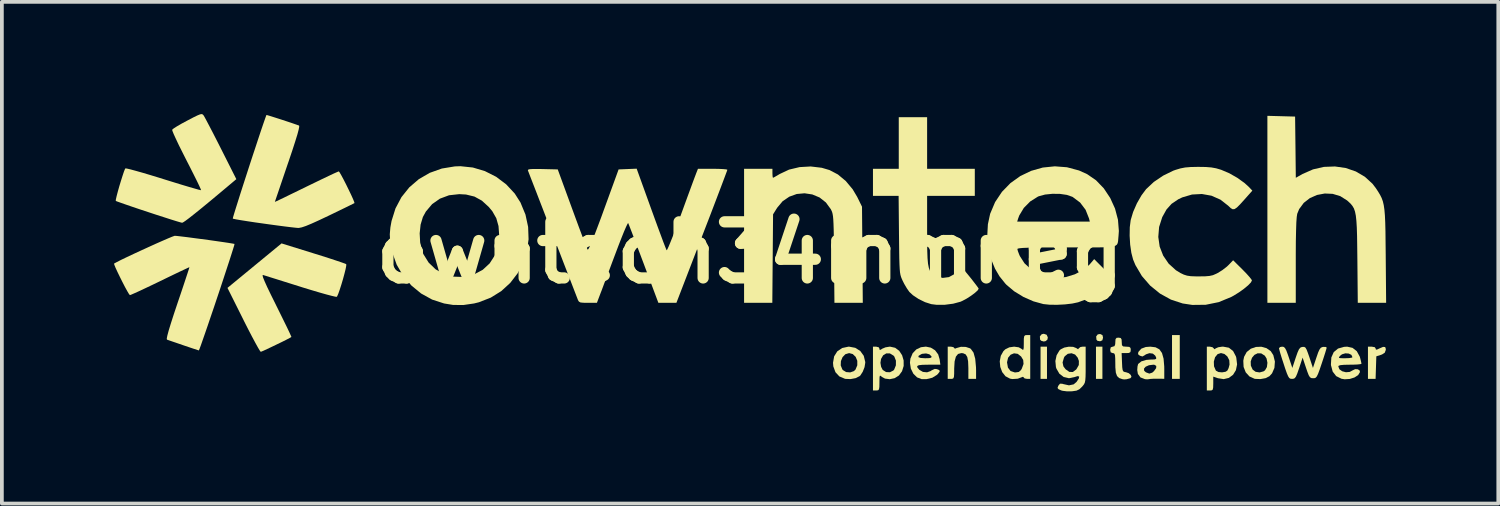
<source format=kicad_pcb>
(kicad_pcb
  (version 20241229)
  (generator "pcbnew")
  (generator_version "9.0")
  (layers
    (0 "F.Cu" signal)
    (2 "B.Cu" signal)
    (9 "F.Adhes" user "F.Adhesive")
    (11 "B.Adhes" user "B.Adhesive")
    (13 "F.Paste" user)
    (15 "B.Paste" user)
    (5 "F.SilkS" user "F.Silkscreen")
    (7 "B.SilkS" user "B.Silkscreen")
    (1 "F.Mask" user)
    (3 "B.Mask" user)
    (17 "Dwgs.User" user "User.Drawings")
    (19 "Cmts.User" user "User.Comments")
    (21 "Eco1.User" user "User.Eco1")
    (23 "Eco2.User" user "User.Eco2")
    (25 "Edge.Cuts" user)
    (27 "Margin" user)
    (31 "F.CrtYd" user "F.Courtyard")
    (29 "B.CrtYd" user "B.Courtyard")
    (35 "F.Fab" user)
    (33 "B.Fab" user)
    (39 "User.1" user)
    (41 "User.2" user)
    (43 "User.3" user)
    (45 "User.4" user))
  (footprint "owntech34mmneg"
    (layer "F.Cu")
    (at 17 3.703)
    (property "Reference" "owntech34mmneg" (at 0 0 0) (layer "F.SilkS") (effects (font (size 1.5 1.5) (thickness 0.3))))
    (attr board_only exclude_from_pos_files exclude_from_bom)
    (fp_poly (pts (xy 7.944 2.947) (xy 7.944 3.377) (xy 7.858 3.377) (xy 7.772 3.377) (xy 7.772 2.947) (xy 7.772 2.516) (xy 7.858 2.516) (xy 7.944 2.516)) (stroke (width 0) (type solid)) (fill yes) (layer "F.SilkS"))
    (fp_poly (pts (xy 9.426 2.947) (xy 9.426 3.377) (xy 9.34 3.377) (xy 9.254 3.377) (xy 9.254 2.947) (xy 9.254 2.516) (xy 9.34 2.516) (xy 9.426 2.516)) (stroke (width 0) (type solid)) (fill yes) (layer "F.SilkS"))
    (fp_poly (pts (xy 11.494 2.792) (xy 11.494 3.377) (xy 11.39 3.377) (xy 11.287 3.377) (xy 11.287 2.792) (xy 11.287 2.206) (xy 11.39 2.206) (xy 11.494 2.206)) (stroke (width 0) (type solid)) (fill yes) (layer "F.SilkS"))
    (fp_poly (pts (xy 9.427 2.207) (xy 9.443 2.275) (xy 9.424 2.346) (xy 9.365 2.372) (xy 9.293 2.359) (xy 9.267 2.329) (xy 9.259 2.243) (xy 9.301 2.188) (xy 9.365 2.177)) (stroke (width 0) (type solid)) (fill yes) (layer "F.SilkS"))
    (fp_poly (pts (xy 7.935 2.198) (xy 7.966 2.267) (xy 7.956 2.326) (xy 7.91 2.367) (xy 7.858 2.378) (xy 7.788 2.358) (xy 7.759 2.326) (xy 7.754 2.241) (xy 7.802 2.184) (xy 7.858 2.171)) (stroke (width 0) (type solid)) (fill yes) (layer "F.SilkS"))
    (fp_poly (pts (xy 16.71 2.531) (xy 16.732 2.566) (xy 16.74 2.596) (xy 16.777 2.59) (xy 16.827 2.566) (xy 16.93 2.522) (xy 16.986 2.526) (xy 17.004 2.578) (xy 17.002 2.606) (xy 16.975 2.678) (xy 16.903 2.724) (xy 16.87 2.736) (xy 16.75 2.774) (xy 16.74 3.076) (xy 16.73 3.377) (xy 16.628 3.377) (xy 16.526 3.377) (xy 16.526 2.947) (xy 16.526 2.516) (xy 16.629 2.516)) (stroke (width 0) (type solid)) (fill yes) (layer "F.SilkS"))
    (fp_poly (pts (xy 5.441 2.528) (xy 5.463 2.552) (xy 5.484 2.57) (xy 5.529 2.552) (xy 5.643 2.52) (xy 5.773 2.523) (xy 5.885 2.56) (xy 5.908 2.576) (xy 5.98 2.676) (xy 6.025 2.839) (xy 6.046 3.067) (xy 6.048 3.145) (xy 6.048 3.377) (xy 5.945 3.377) (xy 5.842 3.377) (xy 5.842 3.087) (xy 5.835 2.911) (xy 5.813 2.793) (xy 5.77 2.723) (xy 5.702 2.692) (xy 5.652 2.688) (xy 5.566 2.711) (xy 5.508 2.783) (xy 5.474 2.911) (xy 5.463 3.098) (xy 5.463 3.109) (xy 5.462 3.244) (xy 5.456 3.324) (xy 5.44 3.363) (xy 5.41 3.376) (xy 5.376 3.377) (xy 5.29 3.377) (xy 5.29 2.947) (xy 5.29 2.516) (xy 5.376 2.516)) (stroke (width 0) (type solid)) (fill yes) (layer "F.SilkS"))
    (fp_poly (pts (xy 13.811 2.555) (xy 13.926 2.635) (xy 13.995 2.741) (xy 14.038 2.914) (xy 14.025 3.083) (xy 13.962 3.229) (xy 13.892 3.306) (xy 13.789 3.358) (xy 13.65 3.383) (xy 13.507 3.377) (xy 13.493 3.374) (xy 13.358 3.313) (xy 13.258 3.203) (xy 13.201 3.058) (xy 13.194 2.912) (xy 13.391 2.912) (xy 13.395 3.024) (xy 13.443 3.129) (xy 13.522 3.188) (xy 13.629 3.205) (xy 13.735 3.176) (xy 13.774 3.148) (xy 13.824 3.062) (xy 13.838 2.947) (xy 13.815 2.832) (xy 13.768 2.757) (xy 13.672 2.696) (xy 13.577 2.693) (xy 13.491 2.735) (xy 13.426 2.812) (xy 13.391 2.912) (xy 13.194 2.912) (xy 13.193 2.892) (xy 13.214 2.787) (xy 13.284 2.659) (xy 13.394 2.571) (xy 13.53 2.524) (xy 13.674 2.518)) (stroke (width 0) (type solid)) (fill yes) (layer "F.SilkS"))
    (fp_poly (pts (xy 2.818 2.547) (xy 2.953 2.633) (xy 3.045 2.761) (xy 3.084 2.922) (xy 3.085 2.944) (xy 3.066 3.064) (xy 3.017 3.188) (xy 2.954 3.286) (xy 2.936 3.303) (xy 2.83 3.357) (xy 2.691 3.383) (xy 2.551 3.377) (xy 2.542 3.375) (xy 2.393 3.312) (xy 2.288 3.199) (xy 2.231 3.043) (xy 2.229 3.017) (xy 2.429 3.017) (xy 2.471 3.122) (xy 2.487 3.142) (xy 2.574 3.195) (xy 2.682 3.204) (xy 2.781 3.17) (xy 2.824 3.129) (xy 2.872 3.014) (xy 2.872 2.894) (xy 2.829 2.789) (xy 2.751 2.714) (xy 2.654 2.688) (xy 2.553 2.718) (xy 2.478 2.796) (xy 2.434 2.902) (xy 2.429 3.017) (xy 2.229 3.017) (xy 2.223 2.947) (xy 2.253 2.775) (xy 2.337 2.641) (xy 2.468 2.552) (xy 2.636 2.516) (xy 2.654 2.516)) (stroke (width 0) (type solid)) (fill yes) (layer "F.SilkS"))
    (fp_poly (pts (xy 12.371 2.532) (xy 12.4 2.559) (xy 12.423 2.585) (xy 12.461 2.559) (xy 12.523 2.532) (xy 12.621 2.517) (xy 12.657 2.516) (xy 12.807 2.544) (xy 12.919 2.631) (xy 12.995 2.775) (xy 13.006 2.813) (xy 13.027 2.99) (xy 12.995 3.145) (xy 12.919 3.268) (xy 12.807 3.351) (xy 12.669 3.384) (xy 12.516 3.36) (xy 12.39 3.317) (xy 12.39 3.502) (xy 12.387 3.609) (xy 12.375 3.665) (xy 12.345 3.685) (xy 12.304 3.688) (xy 12.218 3.688) (xy 12.218 3.102) (xy 12.218 2.916) (xy 12.405 2.916) (xy 12.41 3.042) (xy 12.457 3.151) (xy 12.463 3.159) (xy 12.53 3.194) (xy 12.626 3.203) (xy 12.719 3.187) (xy 12.766 3.157) (xy 12.8 3.09) (xy 12.825 2.995) (xy 12.825 2.993) (xy 12.818 2.878) (xy 12.768 2.78) (xy 12.689 2.712) (xy 12.596 2.687) (xy 12.507 2.715) (xy 12.438 2.798) (xy 12.405 2.916) (xy 12.218 2.916) (xy 12.218 2.516) (xy 12.301 2.516)) (stroke (width 0) (type solid)) (fill yes) (layer "F.SilkS"))
    (fp_poly (pts (xy 9.915 2.284) (xy 9.939 2.324) (xy 9.943 2.395) (xy 9.948 2.476) (xy 9.978 2.509) (xy 10.054 2.516) (xy 10.064 2.516) (xy 10.145 2.522) (xy 10.178 2.551) (xy 10.184 2.602) (xy 10.175 2.66) (xy 10.135 2.684) (xy 10.062 2.688) (xy 9.94 2.688) (xy 9.95 2.938) (xy 9.956 3.067) (xy 9.967 3.142) (xy 9.988 3.18) (xy 10.025 3.195) (xy 10.055 3.199) (xy 10.13 3.225) (xy 10.183 3.271) (xy 10.203 3.322) (xy 10.176 3.358) (xy 10.168 3.361) (xy 10.073 3.387) (xy 10.007 3.392) (xy 9.96 3.385) (xy 9.873 3.355) (xy 9.817 3.301) (xy 9.785 3.211) (xy 9.772 3.071) (xy 9.771 2.976) (xy 9.769 2.835) (xy 9.763 2.749) (xy 9.749 2.706) (xy 9.723 2.69) (xy 9.702 2.688) (xy 9.648 2.668) (xy 9.633 2.602) (xy 9.649 2.534) (xy 9.702 2.516) (xy 9.749 2.502) (xy 9.768 2.45) (xy 9.771 2.395) (xy 9.777 2.314) (xy 9.806 2.28) (xy 9.857 2.275)) (stroke (width 0) (type solid)) (fill yes) (layer "F.SilkS"))
    (fp_poly (pts (xy 4.837 2.542) (xy 4.951 2.612) (xy 5.035 2.723) (xy 5.073 2.852) (xy 5.093 2.998) (xy 4.778 2.998) (xy 4.616 3.001) (xy 4.517 3.012) (xy 4.473 3.035) (xy 4.479 3.073) (xy 4.527 3.131) (xy 4.532 3.136) (xy 4.627 3.191) (xy 4.738 3.202) (xy 4.837 3.167) (xy 4.858 3.15) (xy 4.942 3.111) (xy 4.998 3.116) (xy 5.066 3.143) (xy 5.075 3.183) (xy 5.027 3.246) (xy 5.001 3.271) (xy 4.877 3.347) (xy 4.72 3.385) (xy 4.595 3.385) (xy 4.47 3.337) (xy 4.37 3.238) (xy 4.304 3.103) (xy 4.28 2.947) (xy 4.292 2.836) (xy 4.309 2.796) (xy 4.506 2.796) (xy 4.566 2.818) (xy 4.686 2.826) (xy 4.795 2.823) (xy 4.848 2.81) (xy 4.858 2.784) (xy 4.855 2.774) (xy 4.801 2.721) (xy 4.711 2.697) (xy 4.609 2.707) (xy 4.581 2.718) (xy 4.511 2.761) (xy 4.506 2.796) (xy 4.309 2.796) (xy 4.353 2.691) (xy 4.451 2.589) (xy 4.574 2.531) (xy 4.707 2.515)) (stroke (width 0) (type solid)) (fill yes) (layer "F.SilkS"))
    (fp_poly (pts (xy 1.922 -2.267) (xy 2.129 -2.206) (xy 2.354 -2.088) (xy 2.564 -1.913) (xy 2.747 -1.694) (xy 2.869 -1.489) (xy 2.998 -1.227) (xy 3.009 0.058) (xy 3.019 1.344) (xy 2.64 1.344) (xy 2.261 1.344) (xy 2.25 0.164) (xy 2.248 -0.153) (xy 2.245 -0.409) (xy 2.241 -0.612) (xy 2.236 -0.768) (xy 2.23 -0.886) (xy 2.222 -0.973) (xy 2.211 -1.037) (xy 2.198 -1.086) (xy 2.18 -1.127) (xy 2.165 -1.158) (xy 2.032 -1.34) (xy 1.863 -1.473) (xy 1.669 -1.554) (xy 1.462 -1.585) (xy 1.253 -1.566) (xy 1.054 -1.494) (xy 0.875 -1.372) (xy 0.729 -1.197) (xy 0.725 -1.191) (xy 0.62 -1.022) (xy 0.61 0.161) (xy 0.6 1.344) (xy 0.222 1.344) (xy -0.155 1.344) (xy -0.155 -0.448) (xy -0.155 -2.24) (xy 0.224 -2.24) (xy 0.603 -2.24) (xy 0.603 -2.12) (xy 0.607 -2.04) (xy 0.616 -2) (xy 0.618 -1.999) (xy 0.653 -2.016) (xy 0.728 -2.059) (xy 0.799 -2.101) (xy 1.048 -2.218) (xy 1.33 -2.285) (xy 1.627 -2.302)) (stroke (width 0) (type solid)) (fill yes) (layer "F.SilkS"))
    (fp_poly (pts (xy 7.496 2.792) (xy 7.496 3.377) (xy 7.41 3.377) (xy 7.345 3.365) (xy 7.324 3.341) (xy 7.302 3.321) (xy 7.288 3.326) (xy 7.162 3.373) (xy 7.017 3.382) (xy 6.955 3.371) (xy 6.834 3.307) (xy 6.747 3.197) (xy 6.695 3.058) (xy 6.684 2.939) (xy 6.876 2.939) (xy 6.9 3.076) (xy 6.97 3.167) (xy 7.08 3.204) (xy 7.101 3.205) (xy 7.192 3.192) (xy 7.25 3.14) (xy 7.271 3.103) (xy 7.317 2.978) (xy 7.308 2.872) (xy 7.252 2.779) (xy 7.162 2.708) (xy 7.063 2.694) (xy 6.972 2.731) (xy 6.904 2.812) (xy 6.876 2.931) (xy 6.876 2.939) (xy 6.684 2.939) (xy 6.681 2.907) (xy 6.709 2.76) (xy 6.78 2.634) (xy 6.829 2.587) (xy 6.937 2.534) (xy 7.066 2.516) (xy 7.188 2.533) (xy 7.261 2.573) (xy 7.295 2.6) (xy 7.314 2.594) (xy 7.322 2.544) (xy 7.324 2.438) (xy 7.324 2.418) (xy 7.325 2.301) (xy 7.335 2.238) (xy 7.359 2.211) (xy 7.403 2.206) (xy 7.41 2.206) (xy 7.496 2.206)) (stroke (width 0) (type solid)) (fill yes) (layer "F.SilkS"))
    (fp_poly (pts (xy 3.447 2.534) (xy 3.464 2.57) (xy 3.47 2.604) (xy 3.501 2.596) (xy 3.54 2.57) (xy 3.626 2.534) (xy 3.736 2.516) (xy 3.75 2.516) (xy 3.885 2.546) (xy 3.993 2.627) (xy 4.07 2.745) (xy 4.111 2.884) (xy 4.112 3.032) (xy 4.068 3.174) (xy 3.985 3.287) (xy 3.872 3.358) (xy 3.74 3.386) (xy 3.613 3.37) (xy 3.531 3.325) (xy 3.494 3.294) (xy 3.474 3.296) (xy 3.466 3.342) (xy 3.464 3.443) (xy 3.464 3.476) (xy 3.462 3.592) (xy 3.452 3.655) (xy 3.429 3.682) (xy 3.384 3.688) (xy 3.377 3.688) (xy 3.291 3.688) (xy 3.291 3.102) (xy 3.291 2.947) (xy 3.491 2.947) (xy 3.509 3.055) (xy 3.552 3.138) (xy 3.552 3.138) (xy 3.642 3.195) (xy 3.745 3.2) (xy 3.836 3.154) (xy 3.858 3.129) (xy 3.904 3.015) (xy 3.905 2.889) (xy 3.862 2.78) (xy 3.843 2.757) (xy 3.745 2.697) (xy 3.647 2.696) (xy 3.563 2.747) (xy 3.507 2.844) (xy 3.491 2.947) (xy 3.291 2.947) (xy 3.291 2.516) (xy 3.377 2.516)) (stroke (width 0) (type solid)) (fill yes) (layer "F.SilkS"))
    (fp_poly (pts (xy 10.847 2.533) (xy 10.949 2.587) (xy 11.019 2.686) (xy 11.061 2.836) (xy 11.079 3.043) (xy 11.08 3.126) (xy 11.08 3.375) (xy 10.893 3.373) (xy 10.784 3.374) (xy 10.703 3.379) (xy 10.678 3.384) (xy 10.625 3.39) (xy 10.563 3.385) (xy 10.443 3.338) (xy 10.374 3.245) (xy 10.357 3.14) (xy 10.36 3.104) (xy 10.537 3.104) (xy 10.543 3.161) (xy 10.589 3.202) (xy 10.68 3.236) (xy 10.758 3.211) (xy 10.804 3.171) (xy 10.863 3.09) (xy 10.866 3.03) (xy 10.814 3) (xy 10.789 2.998) (xy 10.669 3.013) (xy 10.582 3.052) (xy 10.537 3.104) (xy 10.36 3.104) (xy 10.364 3.046) (xy 10.38 2.982) (xy 10.383 2.978) (xy 10.466 2.91) (xy 10.599 2.87) (xy 10.716 2.861) (xy 10.818 2.858) (xy 10.863 2.843) (xy 10.863 2.806) (xy 10.838 2.755) (xy 10.775 2.702) (xy 10.683 2.69) (xy 10.59 2.721) (xy 10.56 2.743) (xy 10.497 2.778) (xy 10.428 2.758) (xy 10.378 2.717) (xy 10.386 2.663) (xy 10.391 2.653) (xy 10.467 2.569) (xy 10.586 2.525) (xy 10.708 2.516)) (stroke (width 0) (type solid)) (fill yes) (layer "F.SilkS"))
    (fp_poly (pts (xy 16.114 2.548) (xy 16.228 2.638) (xy 16.306 2.781) (xy 16.316 2.813) (xy 16.339 2.904) (xy 16.352 2.965) (xy 16.353 2.973) (xy 16.321 2.984) (xy 16.236 2.993) (xy 16.112 2.998) (xy 16.043 2.998) (xy 15.888 3.001) (xy 15.791 3.01) (xy 15.743 3.026) (xy 15.733 3.045) (xy 15.763 3.121) (xy 15.838 3.174) (xy 15.938 3.2) (xy 16.04 3.191) (xy 16.115 3.15) (xy 16.184 3.117) (xy 16.255 3.121) (xy 16.305 3.154) (xy 16.312 3.196) (xy 16.264 3.276) (xy 16.167 3.339) (xy 16.041 3.379) (xy 15.904 3.388) (xy 15.817 3.374) (xy 15.676 3.303) (xy 15.583 3.183) (xy 15.538 3.014) (xy 15.536 2.99) (xy 15.547 2.804) (xy 15.551 2.796) (xy 15.752 2.796) (xy 15.754 2.817) (xy 15.802 2.825) (xy 15.906 2.826) (xy 15.917 2.826) (xy 16.023 2.822) (xy 16.093 2.81) (xy 16.112 2.798) (xy 16.083 2.735) (xy 16.012 2.7) (xy 15.921 2.694) (xy 15.831 2.721) (xy 15.785 2.757) (xy 15.752 2.796) (xy 15.551 2.796) (xy 15.611 2.662) (xy 15.725 2.567) (xy 15.888 2.521) (xy 15.971 2.516)) (stroke (width 0) (type solid)) (fill yes) (layer "F.SilkS"))
    (fp_poly (pts (xy 14.208 -3.646) (xy 14.578 -3.636) (xy 14.588 -2.817) (xy 14.597 -1.999) (xy 14.777 -2.101) (xy 15.057 -2.224) (xy 15.349 -2.291) (xy 15.644 -2.302) (xy 15.932 -2.261) (xy 16.202 -2.168) (xy 16.444 -2.026) (xy 16.649 -1.838) (xy 16.739 -1.719) (xy 16.801 -1.625) (xy 16.851 -1.541) (xy 16.892 -1.459) (xy 16.924 -1.371) (xy 16.948 -1.269) (xy 16.966 -1.146) (xy 16.979 -0.994) (xy 16.988 -0.804) (xy 16.994 -0.569) (xy 16.997 -0.282) (xy 17.001 0.067) (xy 17.001 0.078) (xy 17.012 1.344) (xy 16.633 1.344) (xy 16.254 1.344) (xy 16.243 0.181) (xy 16.239 -0.16) (xy 16.235 -0.44) (xy 16.228 -0.666) (xy 16.217 -0.845) (xy 16.202 -0.986) (xy 16.18 -1.094) (xy 16.151 -1.179) (xy 16.112 -1.246) (xy 16.064 -1.305) (xy 16.004 -1.362) (xy 15.969 -1.393) (xy 15.785 -1.509) (xy 15.582 -1.57) (xy 15.371 -1.579) (xy 15.164 -1.54) (xy 14.973 -1.456) (xy 14.81 -1.329) (xy 14.687 -1.163) (xy 14.635 -1.037) (xy 14.622 -0.954) (xy 14.611 -0.804) (xy 14.604 -0.587) (xy 14.598 -0.303) (xy 14.596 0.046) (xy 14.596 0.219) (xy 14.596 1.344) (xy 14.216 1.344) (xy 13.837 1.344) (xy 13.837 -1.156) (xy 13.837 -3.656)) (stroke (width 0) (type solid)) (fill yes) (layer "F.SilkS"))
    (fp_poly (pts (xy 14.274 2.523) (xy 14.308 2.553) (xy 14.343 2.617) (xy 14.385 2.73) (xy 14.409 2.8) (xy 14.504 3.085) (xy 14.595 2.809) (xy 14.643 2.672) (xy 14.681 2.588) (xy 14.717 2.543) (xy 14.759 2.525) (xy 14.776 2.523) (xy 14.82 2.522) (xy 14.854 2.541) (xy 14.885 2.593) (xy 14.922 2.689) (xy 14.96 2.798) (xy 15.055 3.085) (xy 15.147 2.809) (xy 15.194 2.672) (xy 15.232 2.589) (xy 15.267 2.544) (xy 15.31 2.526) (xy 15.331 2.522) (xy 15.398 2.524) (xy 15.423 2.541) (xy 15.412 2.583) (xy 15.384 2.677) (xy 15.342 2.808) (xy 15.291 2.963) (xy 15.29 2.965) (xy 15.234 3.131) (xy 15.192 3.243) (xy 15.159 3.311) (xy 15.129 3.346) (xy 15.094 3.359) (xy 15.061 3.36) (xy 15.012 3.356) (xy 14.975 3.333) (xy 14.942 3.28) (xy 14.904 3.182) (xy 14.871 3.085) (xy 14.779 2.809) (xy 14.685 3.093) (xy 14.637 3.231) (xy 14.601 3.315) (xy 14.568 3.359) (xy 14.53 3.375) (xy 14.497 3.377) (xy 14.456 3.374) (xy 14.423 3.355) (xy 14.393 3.31) (xy 14.358 3.229) (xy 14.312 3.099) (xy 14.276 2.988) (xy 14.225 2.832) (xy 14.184 2.699) (xy 14.157 2.602) (xy 14.147 2.557) (xy 14.177 2.526) (xy 14.231 2.516)) (stroke (width 0) (type solid)) (fill yes) (layer "F.SilkS"))
    (fp_poly (pts (xy -11.672 0.019) (xy -11.441 0.091) (xy -11.231 0.158) (xy -11.053 0.217) (xy -10.914 0.264) (xy -10.823 0.296) (xy -10.792 0.311) (xy -10.792 0.351) (xy -10.809 0.441) (xy -10.84 0.565) (xy -10.879 0.709) (xy -10.923 0.857) (xy -10.967 0.994) (xy -11.006 1.104) (xy -11.036 1.171) (xy -11.044 1.183) (xy -11.083 1.18) (xy -11.178 1.158) (xy -11.323 1.12) (xy -11.507 1.068) (xy -11.723 1.004) (xy -11.962 0.931) (xy -12.015 0.914) (xy -12.26 0.837) (xy -12.486 0.766) (xy -12.683 0.704) (xy -12.844 0.654) (xy -12.958 0.618) (xy -13.016 0.6) (xy -13.02 0.599) (xy -13.03 0.613) (xy -13.015 0.67) (xy -12.973 0.773) (xy -12.904 0.926) (xy -12.804 1.133) (xy -12.673 1.397) (xy -12.665 1.414) (xy -12.556 1.634) (xy -12.458 1.833) (xy -12.375 2.002) (xy -12.312 2.135) (xy -12.272 2.223) (xy -12.258 2.257) (xy -12.259 2.257) (xy -12.299 2.281) (xy -12.385 2.326) (xy -12.504 2.386) (xy -12.641 2.452) (xy -12.78 2.519) (xy -12.907 2.579) (xy -13.008 2.626) (xy -13.069 2.651) (xy -13.078 2.654) (xy -13.102 2.624) (xy -13.152 2.541) (xy -13.224 2.411) (xy -13.314 2.243) (xy -13.417 2.045) (xy -13.529 1.824) (xy -13.541 1.799) (xy -13.968 0.945) (xy -13.245 0.35) (xy -12.522 -0.245)) (stroke (width 0) (type solid)) (fill yes) (layer "F.SilkS"))
    (fp_poly (pts (xy 8.978 2.998) (xy 8.978 3.189) (xy 8.975 3.324) (xy 8.968 3.416) (xy 8.955 3.479) (xy 8.932 3.525) (xy 8.899 3.567) (xy 8.88 3.589) (xy 8.809 3.656) (xy 8.733 3.692) (xy 8.622 3.708) (xy 8.596 3.71) (xy 8.473 3.71) (xy 8.366 3.697) (xy 8.324 3.686) (xy 8.249 3.651) (xy 8.226 3.62) (xy 8.243 3.571) (xy 8.252 3.554) (xy 8.292 3.506) (xy 8.35 3.507) (xy 8.378 3.516) (xy 8.532 3.55) (xy 8.657 3.524) (xy 8.734 3.459) (xy 8.796 3.366) (xy 8.805 3.314) (xy 8.76 3.304) (xy 8.685 3.328) (xy 8.532 3.36) (xy 8.392 3.328) (xy 8.276 3.24) (xy 8.196 3.102) (xy 8.183 3.061) (xy 8.172 2.938) (xy 8.361 2.938) (xy 8.383 3.043) (xy 8.442 3.121) (xy 8.542 3.191) (xy 8.635 3.194) (xy 8.723 3.128) (xy 8.734 3.114) (xy 8.795 3.007) (xy 8.797 2.898) (xy 8.766 2.811) (xy 8.696 2.727) (xy 8.601 2.692) (xy 8.501 2.707) (xy 8.419 2.773) (xy 8.398 2.81) (xy 8.361 2.938) (xy 8.172 2.938) (xy 8.168 2.901) (xy 8.201 2.747) (xy 8.275 2.621) (xy 8.311 2.587) (xy 8.407 2.54) (xy 8.527 2.517) (xy 8.643 2.521) (xy 8.728 2.554) (xy 8.734 2.559) (xy 8.775 2.585) (xy 8.796 2.559) (xy 8.838 2.526) (xy 8.895 2.516) (xy 8.978 2.516)) (stroke (width 0) (type solid)) (fill yes) (layer "F.SilkS"))
    (fp_poly (pts (xy 4.739 -2.929) (xy 4.739 -2.24) (xy 5.376 -2.24) (xy 6.014 -2.24) (xy 6.014 -1.878) (xy 6.014 -1.516) (xy 5.376 -1.516) (xy 4.739 -1.516) (xy 4.739 -0.595) (xy 4.74 -0.288) (xy 4.743 -0.043) (xy 4.75 0.149) (xy 4.763 0.296) (xy 4.784 0.405) (xy 4.813 0.484) (xy 4.853 0.542) (xy 4.904 0.585) (xy 4.97 0.622) (xy 4.989 0.632) (xy 5.155 0.678) (xy 5.322 0.656) (xy 5.486 0.567) (xy 5.536 0.526) (xy 5.614 0.46) (xy 5.668 0.422) (xy 5.684 0.417) (xy 5.748 0.49) (xy 5.829 0.588) (xy 5.917 0.696) (xy 6 0.803) (xy 6.068 0.892) (xy 6.11 0.951) (xy 6.117 0.966) (xy 6.09 1.012) (xy 6.016 1.079) (xy 5.914 1.155) (xy 5.798 1.23) (xy 5.684 1.291) (xy 5.63 1.315) (xy 5.436 1.367) (xy 5.213 1.396) (xy 4.993 1.397) (xy 4.85 1.379) (xy 4.684 1.326) (xy 4.512 1.242) (xy 4.36 1.141) (xy 4.265 1.053) (xy 4.2 0.961) (xy 4.128 0.839) (xy 4.087 0.758) (xy 4.062 0.703) (xy 4.042 0.652) (xy 4.026 0.596) (xy 4.014 0.527) (xy 4.006 0.436) (xy 4 0.314) (xy 3.995 0.154) (xy 3.992 -0.054) (xy 3.989 -0.318) (xy 3.987 -0.474) (xy 3.977 -1.516) (xy 3.634 -1.516) (xy 3.291 -1.516) (xy 3.291 -1.878) (xy 3.291 -2.24) (xy 3.636 -2.24) (xy 3.981 -2.24) (xy 3.981 -2.929) (xy 3.981 -3.619) (xy 4.36 -3.619) (xy 4.739 -3.619)) (stroke (width 0) (type solid)) (fill yes) (layer "F.SilkS"))
    (fp_poly (pts (xy -7.407 -2.274) (xy -7.085 -2.178) (xy -6.784 -2.026) (xy -6.515 -1.823) (xy -6.287 -1.578) (xy -6.134 -1.339) (xy -6 -1.015) (xy -5.929 -0.685) (xy -5.917 -0.355) (xy -5.963 -0.033) (xy -6.062 0.273) (xy -6.212 0.558) (xy -6.408 0.812) (xy -6.648 1.031) (xy -6.928 1.205) (xy -7.246 1.329) (xy -7.375 1.361) (xy -7.664 1.403) (xy -7.936 1.4) (xy -8.176 1.361) (xy -8.496 1.257) (xy -8.791 1.094) (xy -9.051 0.88) (xy -9.271 0.621) (xy -9.443 0.325) (xy -9.561 -0.001) (xy -9.581 -0.086) (xy -9.618 -0.3) (xy -9.628 -0.485) (xy -9.626 -0.513) (xy -8.829 -0.513) (xy -8.816 -0.272) (xy -8.767 -0.05) (xy -8.731 0.04) (xy -8.589 0.268) (xy -8.404 0.447) (xy -8.186 0.573) (xy -7.943 0.643) (xy -7.684 0.652) (xy -7.418 0.598) (xy -7.369 0.581) (xy -7.143 0.461) (xy -6.958 0.29) (xy -6.82 0.076) (xy -6.734 -0.174) (xy -6.703 -0.454) (xy -6.703 -0.46) (xy -6.721 -0.709) (xy -6.78 -0.918) (xy -6.886 -1.104) (xy -6.982 -1.22) (xy -7.166 -1.388) (xy -7.364 -1.497) (xy -7.59 -1.552) (xy -7.772 -1.562) (xy -8.044 -1.532) (xy -8.288 -1.441) (xy -8.496 -1.295) (xy -8.663 -1.097) (xy -8.743 -0.951) (xy -8.804 -0.748) (xy -8.829 -0.513) (xy -9.626 -0.513) (xy -9.612 -0.672) (xy -9.581 -0.844) (xy -9.476 -1.18) (xy -9.316 -1.482) (xy -9.106 -1.744) (xy -8.851 -1.963) (xy -8.559 -2.132) (xy -8.236 -2.247) (xy -7.887 -2.304) (xy -7.739 -2.309)) (stroke (width 0) (type solid)) (fill yes) (layer "F.SilkS"))
    (fp_poly (pts (xy -14.627 -3.691) (xy -14.606 -3.667) (xy -14.578 -3.62) (xy -14.524 -3.519) (xy -14.448 -3.375) (xy -14.355 -3.196) (xy -14.25 -2.991) (xy -14.144 -2.782) (xy -13.731 -1.963) (xy -13.827 -1.882) (xy -14.155 -1.607) (xy -14.433 -1.375) (xy -14.664 -1.185) (xy -14.85 -1.035) (xy -14.992 -0.923) (xy -15.094 -0.847) (xy -15.157 -0.806) (xy -15.181 -0.797) (xy -15.227 -0.808) (xy -15.329 -0.838) (xy -15.477 -0.884) (xy -15.663 -0.944) (xy -15.878 -1.013) (xy -16.084 -1.081) (xy -16.314 -1.157) (xy -16.521 -1.227) (xy -16.698 -1.288) (xy -16.835 -1.336) (xy -16.924 -1.368) (xy -16.955 -1.382) (xy -16.952 -1.42) (xy -16.932 -1.508) (xy -16.9 -1.631) (xy -16.86 -1.774) (xy -16.815 -1.921) (xy -16.772 -2.057) (xy -16.735 -2.168) (xy -16.707 -2.237) (xy -16.699 -2.25) (xy -16.661 -2.247) (xy -16.566 -2.225) (xy -16.422 -2.186) (xy -16.237 -2.134) (xy -16.019 -2.069) (xy -15.777 -1.995) (xy -15.682 -1.965) (xy -15.433 -1.888) (xy -15.206 -1.818) (xy -15.009 -1.759) (xy -14.85 -1.713) (xy -14.738 -1.681) (xy -14.68 -1.668) (xy -14.674 -1.668) (xy -14.685 -1.701) (xy -14.724 -1.787) (xy -14.787 -1.918) (xy -14.87 -2.084) (xy -14.968 -2.279) (xy -15.062 -2.462) (xy -15.17 -2.676) (xy -15.267 -2.87) (xy -15.346 -3.037) (xy -15.406 -3.168) (xy -15.44 -3.253) (xy -15.447 -3.284) (xy -15.412 -3.315) (xy -15.327 -3.37) (xy -15.206 -3.441) (xy -15.059 -3.52) (xy -15.042 -3.529) (xy -14.882 -3.613) (xy -14.771 -3.667) (xy -14.699 -3.696) (xy -14.655 -3.703)) (stroke (width 0) (type solid)) (fill yes) (layer "F.SilkS"))
    (fp_poly (pts (xy -15.318 -0.444) (xy -15.207 -0.431) (xy -15.055 -0.413) (xy -14.875 -0.389) (xy -14.677 -0.363) (xy -14.474 -0.336) (xy -14.276 -0.308) (xy -14.097 -0.282) (xy -13.948 -0.26) (xy -13.839 -0.242) (xy -13.784 -0.232) (xy -13.78 -0.23) (xy -13.787 -0.195) (xy -13.815 -0.104) (xy -13.859 0.036) (xy -13.917 0.217) (xy -13.987 0.43) (xy -14.065 0.668) (xy -14.149 0.923) (xy -14.237 1.186) (xy -14.325 1.449) (xy -14.412 1.704) (xy -14.493 1.943) (xy -14.567 2.158) (xy -14.631 2.341) (xy -14.681 2.484) (xy -14.716 2.578) (xy -14.733 2.616) (xy -14.733 2.617) (xy -14.771 2.605) (xy -14.86 2.576) (xy -14.988 2.533) (xy -15.142 2.481) (xy -15.147 2.479) (xy -15.304 2.425) (xy -15.439 2.379) (xy -15.538 2.345) (xy -15.585 2.328) (xy -15.586 2.328) (xy -15.591 2.298) (xy -15.575 2.217) (xy -15.539 2.083) (xy -15.481 1.893) (xy -15.401 1.644) (xy -15.304 1.354) (xy -15.222 1.112) (xy -15.148 0.891) (xy -15.085 0.701) (xy -15.035 0.55) (xy -15.001 0.445) (xy -14.986 0.395) (xy -14.986 0.392) (xy -15.017 0.404) (xy -15.102 0.444) (xy -15.232 0.505) (xy -15.399 0.585) (xy -15.594 0.679) (xy -15.764 0.762) (xy -15.978 0.865) (xy -16.172 0.957) (xy -16.338 1.035) (xy -16.467 1.093) (xy -16.55 1.129) (xy -16.577 1.137) (xy -16.601 1.109) (xy -16.647 1.032) (xy -16.708 0.921) (xy -16.776 0.789) (xy -16.846 0.649) (xy -16.91 0.517) (xy -16.962 0.404) (xy -16.994 0.325) (xy -17 0.294) (xy -16.928 0.255) (xy -16.811 0.195) (xy -16.657 0.121) (xy -16.477 0.036) (xy -16.282 -0.054) (xy -16.083 -0.145) (xy -15.89 -0.233) (xy -15.713 -0.311) (xy -15.563 -0.376) (xy -15.45 -0.423) (xy -15.386 -0.446) (xy -15.376 -0.448)) (stroke (width 0) (type solid)) (fill yes) (layer "F.SilkS"))
    (fp_poly (pts (xy -12.893 -3.671) (xy -12.81 -3.646) (xy -12.69 -3.608) (xy -12.549 -3.563) (xy -12.4 -3.514) (xy -12.258 -3.467) (xy -12.137 -3.425) (xy -12.054 -3.396) (xy -12.049 -3.367) (xy -12.064 -3.289) (xy -12.098 -3.16) (xy -12.155 -2.976) (xy -12.233 -2.734) (xy -12.335 -2.431) (xy -12.356 -2.371) (xy -12.441 -2.121) (xy -12.518 -1.894) (xy -12.585 -1.696) (xy -12.639 -1.537) (xy -12.678 -1.423) (xy -12.698 -1.363) (xy -12.7 -1.355) (xy -12.67 -1.368) (xy -12.587 -1.407) (xy -12.457 -1.469) (xy -12.29 -1.551) (xy -12.092 -1.647) (xy -11.873 -1.754) (xy -11.861 -1.76) (xy -11.638 -1.868) (xy -11.436 -1.966) (xy -11.261 -2.049) (xy -11.124 -2.114) (xy -11.031 -2.155) (xy -10.991 -2.171) (xy -10.991 -2.171) (xy -10.968 -2.142) (xy -10.923 -2.064) (xy -10.863 -1.952) (xy -10.795 -1.819) (xy -10.726 -1.678) (xy -10.662 -1.545) (xy -10.611 -1.432) (xy -10.579 -1.353) (xy -10.572 -1.323) (xy -10.605 -1.306) (xy -10.69 -1.264) (xy -10.82 -1.2) (xy -10.985 -1.12) (xy -11.175 -1.028) (xy -11.266 -0.984) (xy -11.52 -0.864) (xy -11.719 -0.774) (xy -11.871 -0.711) (xy -11.981 -0.674) (xy -12.057 -0.659) (xy -12.075 -0.658) (xy -12.145 -0.664) (xy -12.271 -0.678) (xy -12.442 -0.699) (xy -12.648 -0.726) (xy -12.875 -0.757) (xy -13.003 -0.775) (xy -13.231 -0.807) (xy -13.435 -0.838) (xy -13.606 -0.865) (xy -13.734 -0.887) (xy -13.81 -0.903) (xy -13.826 -0.908) (xy -13.819 -0.942) (xy -13.792 -1.034) (xy -13.749 -1.174) (xy -13.692 -1.355) (xy -13.625 -1.568) (xy -13.549 -1.805) (xy -13.467 -2.058) (xy -13.383 -2.318) (xy -13.298 -2.578) (xy -13.215 -2.828) (xy -13.138 -3.062) (xy -13.069 -3.269) (xy -13.01 -3.443) (xy -12.964 -3.575) (xy -12.935 -3.656) (xy -12.925 -3.679)) (stroke (width 0) (type solid)) (fill yes) (layer "F.SilkS"))
    (fp_poly (pts (xy 12.189 -2.288) (xy 12.339 -2.276) (xy 12.466 -2.253) (xy 12.595 -2.215) (xy 12.606 -2.211) (xy 12.82 -2.12) (xy 13.035 -1.997) (xy 13.227 -1.859) (xy 13.335 -1.761) (xy 13.435 -1.656) (xy 13.23 -1.425) (xy 13.11 -1.292) (xy 13.024 -1.206) (xy 12.961 -1.163) (xy 12.91 -1.158) (xy 12.86 -1.186) (xy 12.798 -1.244) (xy 12.79 -1.252) (xy 12.581 -1.415) (xy 12.343 -1.52) (xy 12.086 -1.566) (xy 11.822 -1.552) (xy 11.563 -1.476) (xy 11.454 -1.424) (xy 11.275 -1.303) (xy 11.139 -1.151) (xy 11.027 -0.949) (xy 11.026 -0.948) (xy 10.942 -0.684) (xy 10.92 -0.418) (xy 10.957 -0.159) (xy 11.051 0.082) (xy 11.197 0.296) (xy 11.392 0.473) (xy 11.511 0.546) (xy 11.603 0.59) (xy 11.689 0.617) (xy 11.79 0.632) (xy 11.929 0.637) (xy 12.011 0.637) (xy 12.174 0.635) (xy 12.29 0.625) (xy 12.38 0.605) (xy 12.466 0.568) (xy 12.51 0.546) (xy 12.635 0.468) (xy 12.756 0.374) (xy 12.802 0.33) (xy 12.921 0.206) (xy 13.173 0.455) (xy 13.278 0.563) (xy 13.361 0.656) (xy 13.412 0.722) (xy 13.424 0.746) (xy 13.396 0.799) (xy 13.321 0.877) (xy 13.211 0.968) (xy 13.079 1.063) (xy 12.937 1.151) (xy 12.873 1.186) (xy 12.537 1.325) (xy 12.188 1.396) (xy 11.83 1.4) (xy 11.572 1.361) (xy 11.258 1.258) (xy 10.965 1.096) (xy 10.703 0.883) (xy 10.481 0.627) (xy 10.309 0.336) (xy 10.247 0.188) (xy 10.2 0.008) (xy 10.168 -0.213) (xy 10.154 -0.451) (xy 10.158 -0.679) (xy 10.182 -0.868) (xy 10.247 -1.085) (xy 10.348 -1.316) (xy 10.472 -1.532) (xy 10.594 -1.695) (xy 10.8 -1.888) (xy 11.05 -2.057) (xy 11.317 -2.188) (xy 11.381 -2.211) (xy 11.511 -2.25) (xy 11.638 -2.275) (xy 11.785 -2.287) (xy 11.975 -2.291) (xy 11.993 -2.291)) (stroke (width 0) (type solid)) (fill yes) (layer "F.SilkS"))
    (fp_poly (pts (xy 8.478 -2.281) (xy 8.8 -2.195) (xy 9.017 -2.097) (xy 9.255 -1.933) (xy 9.463 -1.717) (xy 9.634 -1.46) (xy 9.763 -1.177) (xy 9.842 -0.878) (xy 9.866 -0.576) (xy 9.857 -0.448) (xy 9.85 -0.369) (xy 9.845 -0.305) (xy 9.835 -0.254) (xy 9.815 -0.214) (xy 9.776 -0.184) (xy 9.714 -0.163) (xy 9.621 -0.15) (xy 9.492 -0.142) (xy 9.319 -0.138) (xy 9.097 -0.137) (xy 8.819 -0.137) (xy 8.478 -0.138) (xy 8.476 -0.138) (xy 8.124 -0.137) (xy 7.836 -0.136) (xy 7.607 -0.133) (xy 7.431 -0.129) (xy 7.302 -0.124) (xy 7.217 -0.116) (xy 7.168 -0.107) (xy 7.152 -0.096) (xy 7.152 -0.095) (xy 7.166 -0.039) (xy 7.2 0.051) (xy 7.218 0.092) (xy 7.342 0.286) (xy 7.518 0.448) (xy 7.731 0.57) (xy 7.971 0.648) (xy 8.224 0.676) (xy 8.453 0.654) (xy 8.692 0.58) (xy 8.906 0.467) (xy 9.077 0.325) (xy 9.096 0.304) (xy 9.206 0.175) (xy 9.459 0.429) (xy 9.711 0.683) (xy 9.637 0.787) (xy 9.521 0.913) (xy 9.355 1.042) (xy 9.157 1.164) (xy 8.945 1.267) (xy 8.775 1.33) (xy 8.62 1.363) (xy 8.423 1.386) (xy 8.21 1.397) (xy 8.008 1.394) (xy 7.847 1.377) (xy 7.582 1.304) (xy 7.315 1.187) (xy 7.068 1.036) (xy 6.863 0.864) (xy 6.828 0.827) (xy 6.674 0.635) (xy 6.555 0.432) (xy 6.455 0.191) (xy 6.44 0.147) (xy 6.372 -0.137) (xy 6.347 -0.447) (xy 6.364 -0.756) (xy 6.379 -0.827) (xy 7.147 -0.827) (xy 8.118 -0.827) (xy 9.089 -0.827) (xy 9.068 -0.912) (xy 8.976 -1.144) (xy 8.83 -1.337) (xy 8.634 -1.484) (xy 8.619 -1.492) (xy 8.475 -1.542) (xy 8.29 -1.569) (xy 8.088 -1.571) (xy 7.892 -1.551) (xy 7.726 -1.506) (xy 7.7 -1.495) (xy 7.495 -1.366) (xy 7.324 -1.193) (xy 7.202 -0.99) (xy 7.171 -0.905) (xy 7.147 -0.827) (xy 6.379 -0.827) (xy 6.424 -1.036) (xy 6.557 -1.35) (xy 6.741 -1.625) (xy 6.968 -1.858) (xy 7.231 -2.046) (xy 7.521 -2.185) (xy 7.831 -2.273) (xy 8.153 -2.306)) (stroke (width 0) (type solid)) (fill yes) (layer "F.SilkS"))
    (fp_poly (pts (xy -2.638 -1.165) (xy -2.544 -0.906) (xy -2.457 -0.668) (xy -2.379 -0.458) (xy -2.315 -0.285) (xy -2.265 -0.156) (xy -2.234 -0.079) (xy -2.225 -0.06) (xy -2.208 -0.084) (xy -2.17 -0.166) (xy -2.116 -0.297) (xy -2.047 -0.47) (xy -1.968 -0.677) (xy -1.88 -0.912) (xy -1.845 -1.007) (xy -1.753 -1.259) (xy -1.667 -1.495) (xy -1.589 -1.707) (xy -1.524 -1.884) (xy -1.474 -2.018) (xy -1.443 -2.099) (xy -1.439 -2.111) (xy -1.388 -2.24) (xy -0.996 -2.24) (xy -0.84 -2.238) (xy -0.714 -2.232) (xy -0.63 -2.224) (xy -0.602 -2.214) (xy -0.614 -2.178) (xy -0.649 -2.084) (xy -0.704 -1.937) (xy -0.777 -1.743) (xy -0.866 -1.509) (xy -0.968 -1.241) (xy -1.082 -0.943) (xy -1.206 -0.623) (xy -1.283 -0.423) (xy -1.964 1.343) (xy -2.206 1.343) (xy -2.447 1.343) (xy -2.84 0.294) (xy -2.936 0.039) (xy -3.025 -0.195) (xy -3.103 -0.402) (xy -3.168 -0.572) (xy -3.217 -0.698) (xy -3.247 -0.773) (xy -3.255 -0.789) (xy -3.272 -0.768) (xy -3.309 -0.69) (xy -3.364 -0.564) (xy -3.431 -0.397) (xy -3.509 -0.198) (xy -3.581 -0.007) (xy -3.672 0.234) (xy -3.76 0.47) (xy -3.842 0.687) (xy -3.912 0.873) (xy -3.965 1.016) (xy -3.989 1.077) (xy -4.09 1.344) (xy -4.329 1.344) (xy -4.455 1.342) (xy -4.53 1.334) (xy -4.571 1.311) (xy -4.596 1.27) (xy -4.604 1.249) (xy -4.622 1.202) (xy -4.662 1.099) (xy -4.721 0.946) (xy -4.796 0.751) (xy -4.885 0.522) (xy -4.984 0.266) (xy -5.09 -0.01) (xy -5.201 -0.297) (xy -5.314 -0.59) (xy -5.426 -0.879) (xy -5.533 -1.157) (xy -5.634 -1.418) (xy -5.725 -1.654) (xy -5.804 -1.857) (xy -5.867 -2.019) (xy -5.911 -2.134) (xy -5.934 -2.193) (xy -5.936 -2.198) (xy -5.929 -2.217) (xy -5.886 -2.229) (xy -5.796 -2.235) (xy -5.652 -2.235) (xy -5.545 -2.233) (xy -5.137 -2.223) (xy -4.754 -1.176) (xy -4.66 -0.92) (xy -4.573 -0.684) (xy -4.495 -0.476) (xy -4.429 -0.303) (xy -4.379 -0.174) (xy -4.348 -0.097) (xy -4.34 -0.08) (xy -4.322 -0.088) (xy -4.289 -0.146) (xy -4.239 -0.257) (xy -4.172 -0.424) (xy -4.086 -0.649) (xy -3.979 -0.934) (xy -3.909 -1.127) (xy -3.51 -2.223) (xy -3.268 -2.233) (xy -3.027 -2.243)) (stroke (width 0) (type solid)) (fill yes) (layer "F.SilkS")))
  (gr_rect
    (start -3 -3)
    (end 37.011 10.413)
    (stroke (width 0.1) (type default))
    (fill no)
    (layer "Edge.Cuts")))
</source>
